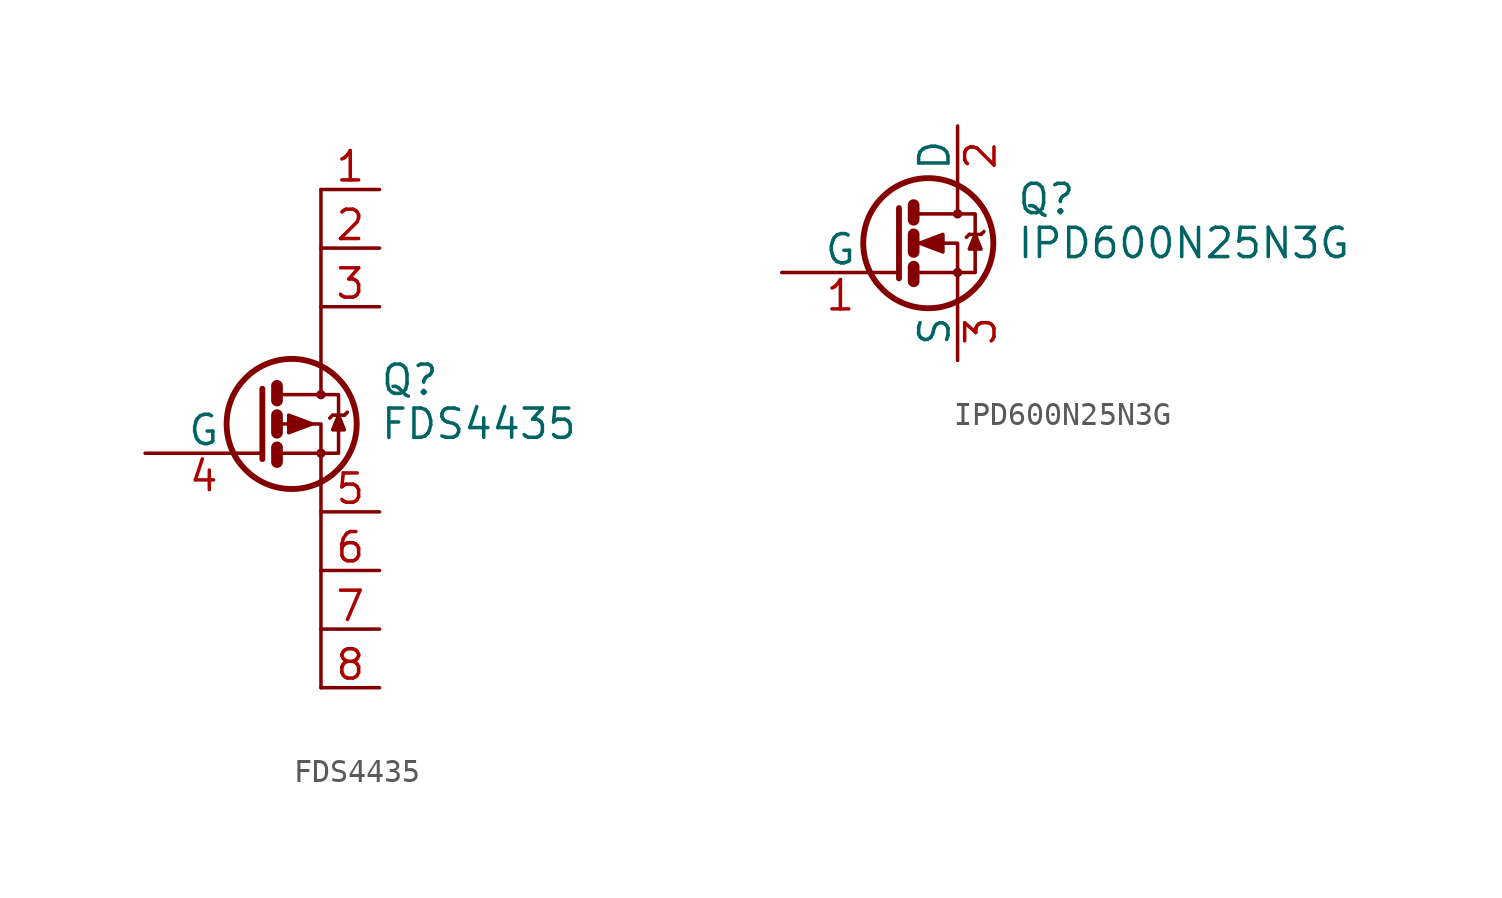
<source format=kicad_sym>
(kicad_symbol_lib
  (version 20220914)
  (generator kicad_symbol_editor)
  (symbol "FDS4435"
    (pin_names
      (offset 0))
    (property "Reference" "Q"
      (at 5.08 1.905 0)
      (effects (font (size 1.27 1.27)) (justify left)))
    (property "Value" "FDS4435"
      (at 5.08 0 0)
      (effects (font (size 1.27 1.27)) (justify left)))
    (symbol "FDS4435_0_1"
      (polyline (pts (xy 0.635 -1.016) (xy 0.635 -1.651)) (stroke (width 0.508) (type default)) (fill (type none)))
      (polyline (pts (xy 0.635 0.381) (xy 0.635 -0.381)) (stroke (width 0.508) (type default)) (fill (type none)))
      (polyline (pts (xy 0.635 1.651) (xy 0.635 1.016)) (stroke (width 0.508) (type default)) (fill (type none)))
      (polyline (pts (xy 2.54 -11.43) (xy 2.54 -2.54)) (stroke (width 0) (type default)) (fill (type none)))
      (polyline (pts (xy 2.54 10.16) (xy 2.54 2.54)) (stroke (width 0) (type default)) (fill (type none)))
      (polyline (pts (xy 3.048 0.381) (xy 2.921 0.254)) (stroke (width 0) (type default)) (fill (type none)))
      (polyline (pts (xy 3.048 0.381) (xy 3.556 0.381)) (stroke (width 0) (type default)) (fill (type none)))
      (polyline (pts (xy 3.556 0.381) (xy 3.683 0.508)) (stroke (width 0) (type default)) (fill (type none)))
      (polyline (pts (xy 0 1.524) (xy 0 -1.524) (xy 0 -1.524)) (stroke (width 0.254) (type default)) (fill (type none)))
      (polyline (pts (xy 0.762 -1.27) (xy 2.54 -1.27) (xy 2.54 -2.54) (xy 2.54 -2.54)) (stroke (width 0) (type default)) (fill (type none)))
      (polyline (pts (xy 0.762 1.27) (xy 2.54 1.27) (xy 2.54 2.54) (xy 2.54 2.54)) (stroke (width 0) (type default)) (fill (type none)))
      (polyline (pts (xy 2.54 1.27) (xy 3.302 1.27) (xy 3.302 -1.27) (xy 2.54 -1.27)) (stroke (width 0) (type default)) (fill (type none)))
      (polyline (pts (xy 3.302 0.381) (xy 3.048 -0.254) (xy 3.556 -0.254) (xy 3.302 0.381)) (stroke (width 0) (type default)) (fill (type outline)))
      (polyline (pts (xy 0.762 0) (xy 1.27 0) (xy 2.54 0) (xy 2.54 -1.27) (xy 2.54 -1.27)) (stroke (width 0) (type default)) (fill (type none)))
      (polyline (pts (xy 2.159 0) (xy 1.143 -0.381) (xy 1.143 0.381) (xy 2.159 0) (xy 2.032 0) (xy 2.032 0)) (stroke (width 0) (type default)) (fill (type outline)))
      (circle (center 1.27 0) (radius 2.819) (stroke (width 0.254) (type default)) (fill (type none)))
      (circle (center 2.54 -1.27) (radius 0.127) (stroke (width 0) (type default)) (fill (type none)))
      (circle (center 2.54 1.27) (radius 0.127) (stroke (width 0) (type default)) (fill (type none))))
    (symbol "FDS4435_1_1"
      (pin passive line (at 5.08 10.16 180) (length 2.54) (name "~" (effects (font (size 1.27 1.27)))) (number "1" (effects (font (size 1.27 1.27)))))
      (pin passive line (at 5.08 7.62 180) (length 2.54) (name "~" (effects (font (size 1.27 1.27)))) (number "2" (effects (font (size 1.27 1.27)))))
      (pin passive line (at 5.08 5.08 180) (length 2.54) (name "~" (effects (font (size 1.27 1.27)))) (number "3" (effects (font (size 1.27 1.27)))))
      (pin passive line (at -5.08 -1.27 0) (length 5.08) (name "G" (effects (font (size 1.27 1.27)))) (number "4" (effects (font (size 1.27 1.27)))))
      (pin passive line (at 5.08 -3.81 180) (length 2.54) (name "~" (effects (font (size 1.27 1.27)))) (number "5" (effects (font (size 1.27 1.27)))))
      (pin passive line (at 5.08 -6.35 180) (length 2.54) (name "~" (effects (font (size 1.27 1.27)))) (number "6" (effects (font (size 1.27 1.27)))))
      (pin passive line (at 5.08 -8.89 180) (length 2.54) (name "~" (effects (font (size 1.27 1.27)))) (number "7" (effects (font (size 1.27 1.27)))))
      (pin passive line (at 5.08 -11.43 180) (length 2.54) (name "~" (effects (font (size 1.27 1.27)))) (number "8" (effects (font (size 1.27 1.27)))))))
  (symbol "IPD600N25N3G"
    (pin_names
      (offset 0))
    (property "Reference" "Q"
      (at 5.08 1.905 0)
      (effects (font (size 1.27 1.27)) (justify left)))
    (property "Value" "IPD600N25N3G"
      (at 5.08 0 0)
      (effects (font (size 1.27 1.27)) (justify left)))
    (symbol "IPD600N25N3G_0_1"
      (polyline (pts (xy 0.635 -1.016) (xy 0.635 -1.651)) (stroke (width 0.508) (type default)) (fill (type none)))
      (polyline (pts (xy 0.635 0.381) (xy 0.635 -0.381)) (stroke (width 0.508) (type default)) (fill (type none)))
      (polyline (pts (xy 0.635 1.651) (xy 0.635 1.016)) (stroke (width 0.508) (type default)) (fill (type none)))
      (polyline (pts (xy 3.048 0.381) (xy 2.921 0.254)) (stroke (width 0) (type default)) (fill (type none)))
      (polyline (pts (xy 3.048 0.381) (xy 3.556 0.381)) (stroke (width 0) (type default)) (fill (type none)))
      (polyline (pts (xy 3.556 0.381) (xy 3.683 0.508)) (stroke (width 0) (type default)) (fill (type none)))
      (polyline (pts (xy 0 1.524) (xy 0 -1.524) (xy 0 -1.524)) (stroke (width 0.254) (type default)) (fill (type none)))
      (polyline (pts (xy 0.762 -1.27) (xy 2.54 -1.27) (xy 2.54 -2.54) (xy 2.54 -2.54)) (stroke (width 0) (type default)) (fill (type none)))
      (polyline (pts (xy 0.762 1.27) (xy 2.54 1.27) (xy 2.54 2.54) (xy 2.54 2.54)) (stroke (width 0) (type default)) (fill (type none)))
      (polyline (pts (xy 2.54 1.27) (xy 3.302 1.27) (xy 3.302 -1.27) (xy 2.54 -1.27)) (stroke (width 0) (type default)) (fill (type none)))
      (polyline (pts (xy 3.302 0.381) (xy 3.048 -0.254) (xy 3.556 -0.254) (xy 3.302 0.381)) (stroke (width 0) (type default)) (fill (type outline)))
      (polyline (pts (xy 0.762 0) (xy 1.27 0) (xy 2.54 0) (xy 2.54 -1.27) (xy 2.54 -1.27)) (stroke (width 0) (type default)) (fill (type none)))
      (polyline (pts (xy 0.889 0) (xy 1.905 0.381) (xy 1.905 -0.381) (xy 0.889 0) (xy 1.016 0) (xy 1.016 0)) (stroke (width 0) (type default)) (fill (type outline)))
      (circle (center 1.27 0) (radius 2.819) (stroke (width 0.254) (type default)) (fill (type none)))
      (circle (center 2.54 -1.27) (radius 0.127) (stroke (width 0) (type default)) (fill (type none)))
      (circle (center 2.54 1.27) (radius 0.127) (stroke (width 0) (type default)) (fill (type none))))
    (symbol "IPD600N25N3G_1_1"
      (pin passive line (at -5.08 -1.27 0) (length 5.08) (name "G" (effects (font (size 1.27 1.27)))) (number "1" (effects (font (size 1.27 1.27)))))
      (pin passive line (at 2.54 5.08 270) (length 2.54) (name "D" (effects (font (size 1.27 1.27)))) (number "2" (effects (font (size 1.27 1.27)))))
      (pin passive line (at 2.54 -5.08 90) (length 2.54) (name "S" (effects (font (size 1.27 1.27)))) (number "3" (effects (font (size 1.27 1.27))))))))
</source>
